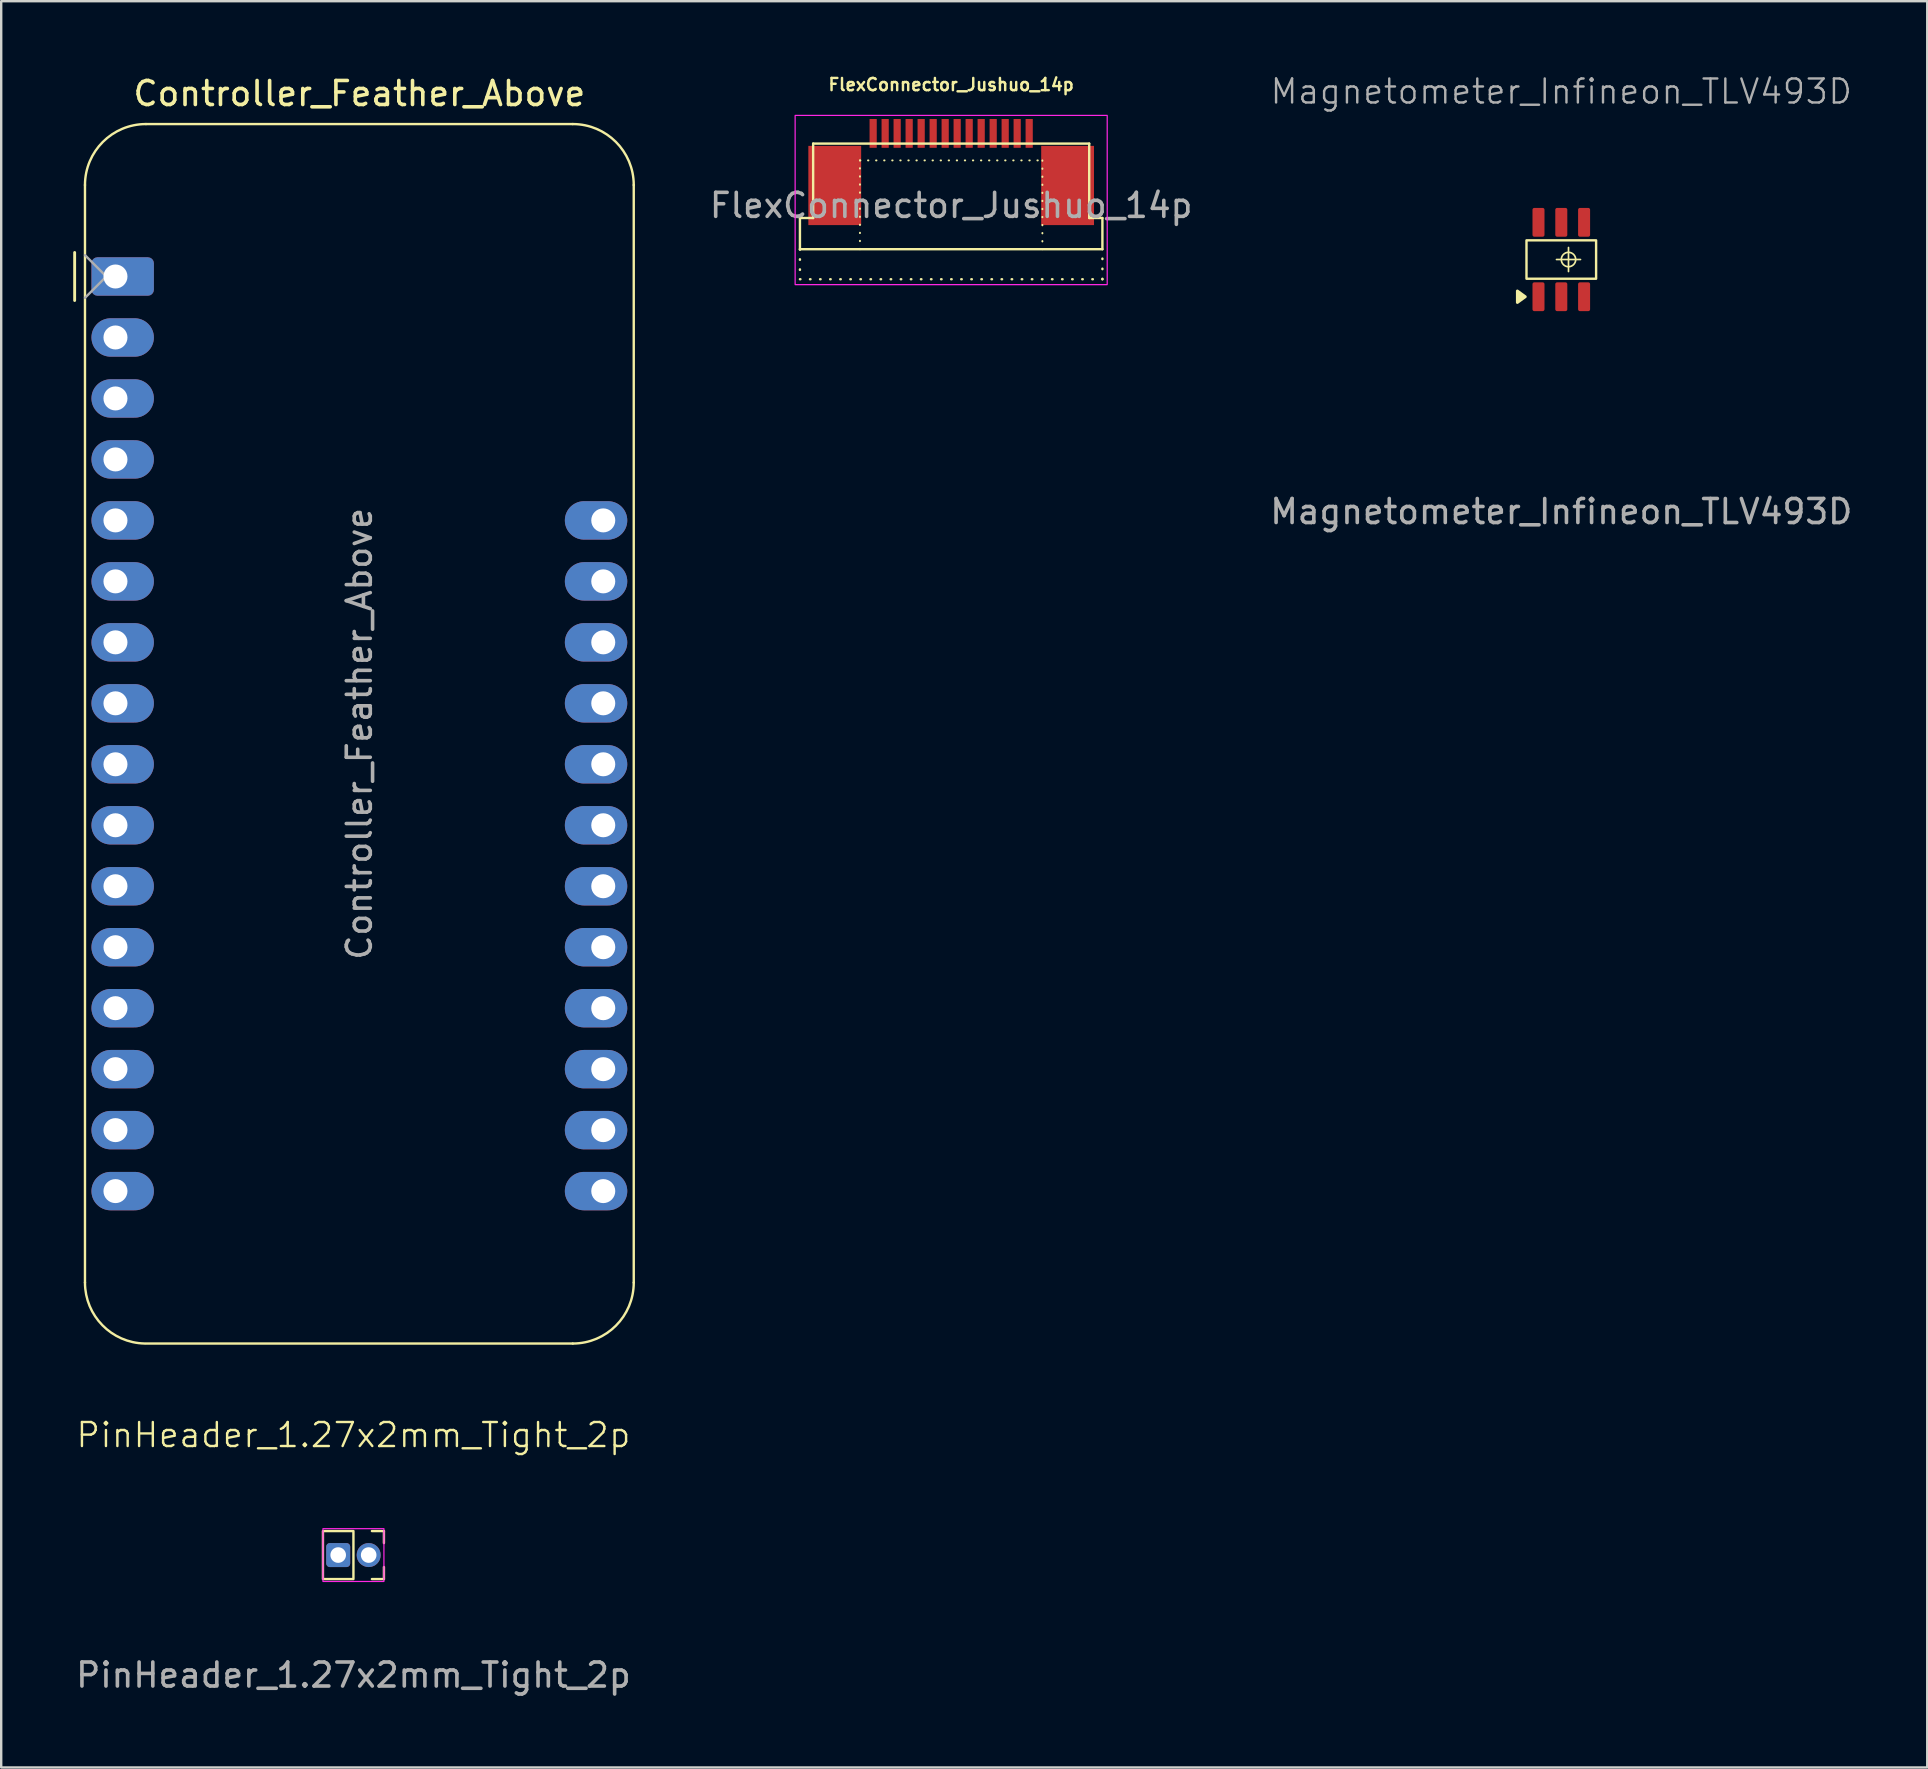
<source format=kicad_pcb>
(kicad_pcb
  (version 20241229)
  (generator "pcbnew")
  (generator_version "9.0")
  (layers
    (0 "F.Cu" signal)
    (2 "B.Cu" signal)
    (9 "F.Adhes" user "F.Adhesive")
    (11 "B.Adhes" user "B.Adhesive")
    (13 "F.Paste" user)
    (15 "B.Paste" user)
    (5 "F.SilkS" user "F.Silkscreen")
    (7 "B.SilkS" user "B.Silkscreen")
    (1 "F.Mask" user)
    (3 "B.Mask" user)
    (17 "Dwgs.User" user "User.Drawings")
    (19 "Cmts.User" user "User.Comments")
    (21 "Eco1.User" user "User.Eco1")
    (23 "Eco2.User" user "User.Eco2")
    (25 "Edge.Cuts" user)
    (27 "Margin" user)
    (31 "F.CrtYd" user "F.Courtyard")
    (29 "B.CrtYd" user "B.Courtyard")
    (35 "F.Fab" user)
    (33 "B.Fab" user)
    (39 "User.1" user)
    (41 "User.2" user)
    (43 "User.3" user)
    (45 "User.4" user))
  (footprint "PinHeader_1.27x2mm_Tight_2p"
    (layer "F.Cu")
    (at 11.673 61.729)
    (property "Reference" "PinHeader_1.27x2mm_Tight_2p" (at 0 -5 0) (unlocked yes) (layer "F.SilkS") (effects (font (size 1 1) (thickness 0.1))))
    (attr smd)
    (fp_line (start 0.77 -1) (end 1.27 -1) (stroke (width 0.1) (type solid)) (layer "F.SilkS"))
    (fp_line (start 0.77 1) (end 1.27 1) (stroke (width 0.1) (type solid)) (layer "F.SilkS"))
    (fp_line (start 1.27 -1) (end 1.27 -0.5) (stroke (width 0.1) (type solid)) (layer "F.SilkS"))
    (fp_line (start 1.27 1) (end 1.27 0.5) (stroke (width 0.1) (type default)) (layer "F.SilkS"))
    (fp_rect (start -1.27 -1) (end 0 1) (stroke (width 0.1) (type solid)) (fill no) (layer "F.SilkS"))
    (fp_rect (start -1.27 -1.1) (end 1.27 1.1) (stroke (width 0.05) (type solid)) (fill no) (layer "F.CrtYd"))
    (fp_text user "${REFERENCE}" (at 0 5 0) (unlocked yes) (layer "F.Fab") (effects (font (size 1 1) (thickness 0.15))))
    (pad "1" thru_hole roundrect (at -0.635 0) (size 1 1) (drill 0.65) (layers "*.Cu" "*.Mask") (roundrect_rratio 0.15))
    (pad "2" thru_hole circle (at 0.635 0) (size 1 1) (drill 0.65) (layers "*.Cu" "*.Mask")))
  (footprint "Magnetometer_Infineon_TLV493D"
    (layer "F.Cu")
    (at 61.989 7.761)
    (property "Reference" "Magnetometer_Infineon_TLV493D" (at 0 -7 0) (unlocked yes) (layer "F.Fab") (effects (font (size 1 1) (thickness 0.1))))
    (attr smd)
    (fp_line (start -0.2 0) (end 0.8 0) (stroke (width 0.07) (type solid)) (layer "F.SilkS"))
    (fp_line (start 0.3 -0.5) (end 0.3 0.5) (stroke (width 0.07) (type solid)) (layer "F.SilkS"))
    (fp_rect (start -1.45 -0.8) (end 1.45 0.8) (stroke (width 0.1) (type solid)) (fill no) (layer "F.SilkS"))
    (fp_circle (center 0.3 0) (end 0.6 0) (stroke (width 0.07) (type solid)) (fill no) (layer "F.SilkS"))
    (fp_poly (pts (xy -1.5 1.55) (xy -1.83 1.79) (xy -1.83 1.31)) (stroke (width 0.12) (type solid)) (fill yes) (layer "F.SilkS"))
    (fp_text user "${REFERENCE}" (at 0 10.5 0) (unlocked yes) (layer "F.Fab") (effects (font (size 1 1) (thickness 0.15))))
    (pad "1" smd roundrect (at -0.95 1.55) (size 0.5 1.2) (layers "F.Cu" "F.Mask" "F.Paste") (roundrect_rratio 0.15))
    (pad "2" smd roundrect (at 0 1.55) (size 0.5 1.2) (layers "F.Cu" "F.Mask" "F.Paste") (roundrect_rratio 0.15))
    (pad "3" smd roundrect (at 0.95 1.55) (size 0.5 1.2) (layers "F.Cu" "F.Mask" "F.Paste") (roundrect_rratio 0.15))
    (pad "4" smd roundrect (at 0.95 -1.55 180) (size 0.5 1.2) (layers "F.Cu" "F.Mask" "F.Paste") (roundrect_rratio 0.15))
    (pad "5" smd roundrect (at 0 -1.55 180) (size 0.5 1.2) (layers "F.Cu" "F.Mask" "F.Paste") (roundrect_rratio 0.15))
    (pad "6" smd roundrect (at -0.95 -1.55 180) (size 0.5 1.2) (layers "F.Cu" "F.Mask" "F.Paste") (roundrect_rratio 0.15)))
  (footprint "Controller_Feather_Above"
    (layer "F.Cu")
    (at 1.76 8.468)
    (property "Reference" "Controller_Feather_Above" (at 10.16 -7.62 0) (layer "F.SilkS") (effects (font (size 1 1) (thickness 0.15))))
    (attr through_hole)
    (fp_line (start -1.7 1) (end -1.7 -1) (stroke (width 0.12) (type solid)) (layer "F.SilkS"))
    (fp_line (start -1.27 -3.81) (end -1.27 41.91) (stroke (width 0.1) (type solid)) (layer "F.SilkS"))
    (fp_line (start 1.27 44.45) (end 19.05 44.45) (stroke (width 0.1) (type solid)) (layer "F.SilkS"))
    (fp_line (start 19.05 -6.35) (end 1.27 -6.35) (stroke (width 0.1) (type solid)) (layer "F.SilkS"))
    (fp_line (start 21.59 41.91) (end 21.59 -3.81) (stroke (width 0.1) (type solid)) (layer "F.SilkS"))
    (fp_arc (start -1.27 -3.81) (mid -0.526051 -5.606051) (end 1.27 -6.35) (stroke (width 0.1) (type solid)) (layer "F.SilkS"))
    (fp_arc (start 1.221238 44.449532) (mid -0.543209 43.688728) (end -1.27 41.91) (stroke (width 0.1) (type solid)) (layer "F.SilkS"))
    (fp_arc (start 19.05 -6.35) (mid 20.846051 -5.606051) (end 21.59 -3.81) (stroke (width 0.1) (type solid)) (layer "F.SilkS"))
    (fp_arc (start 21.59 41.91) (mid 20.846051 43.706051) (end 19.05 44.45) (stroke (width 0.1) (type solid)) (layer "F.SilkS"))
    (fp_line (start -1.27 -0.889) (end -0.381 0) (stroke (width 0.1) (type solid)) (layer "F.Fab"))
    (fp_line (start -0.381 0) (end -1.27 0.889) (stroke (width 0.1) (type solid)) (layer "F.Fab"))
    (fp_text user "${REFERENCE}" (at 10.16 19.05 270) (layer "F.Fab") (effects (font (size 1 1) (thickness 0.15))))
    (pad "1" thru_hole roundrect (at 0 0) (size 2.6 1.6) (drill 1 (offset 0.3 0)) (layers "*.Cu" "*.Mask") (roundrect_rratio 0.156))
    (pad "2" thru_hole oval (at 0 2.54) (size 2.6 1.6) (drill 1 (offset 0.3 0)) (layers "*.Cu" "*.Mask"))
    (pad "3" thru_hole oval (at 0 5.08) (size 2.6 1.6) (drill 1 (offset 0.3 0)) (layers "*.Cu" "*.Mask"))
    (pad "4" thru_hole oval (at 0 7.62) (size 2.6 1.6) (drill 1 (offset 0.3 0)) (layers "*.Cu" "*.Mask"))
    (pad "5" thru_hole oval (at 0 10.16) (size 2.6 1.6) (drill 1 (offset 0.3 0)) (layers "*.Cu" "*.Mask"))
    (pad "6" thru_hole oval (at 0 12.7) (size 2.6 1.6) (drill 1 (offset 0.3 0)) (layers "*.Cu" "*.Mask"))
    (pad "7" thru_hole oval (at 0 15.24) (size 2.6 1.6) (drill 1 (offset 0.3 0)) (layers "*.Cu" "*.Mask"))
    (pad "8" thru_hole oval (at 0 17.78) (size 2.6 1.6) (drill 1 (offset 0.3 0)) (layers "*.Cu" "*.Mask"))
    (pad "9" thru_hole oval (at 0 20.32) (size 2.6 1.6) (drill 1 (offset 0.3 0)) (layers "*.Cu" "*.Mask"))
    (pad "10" thru_hole oval (at 0 22.86) (size 2.6 1.6) (drill 1 (offset 0.3 0)) (layers "*.Cu" "*.Mask"))
    (pad "11" thru_hole oval (at 0 25.4) (size 2.6 1.6) (drill 1 (offset 0.3 0)) (layers "*.Cu" "*.Mask"))
    (pad "12" thru_hole oval (at 0 27.94) (size 2.6 1.6) (drill 1 (offset 0.3 0)) (layers "*.Cu" "*.Mask"))
    (pad "13" thru_hole oval (at 0 30.48) (size 2.6 1.6) (drill 1 (offset 0.3 0)) (layers "*.Cu" "*.Mask"))
    (pad "14" thru_hole oval (at 0 33.02) (size 2.6 1.6) (drill 1 (offset 0.3 0)) (layers "*.Cu" "*.Mask"))
    (pad "15" thru_hole oval (at 0 35.56) (size 2.6 1.6) (drill 1 (offset 0.3 0)) (layers "*.Cu" "*.Mask"))
    (pad "16" thru_hole oval (at 0 38.1) (size 2.6 1.6) (drill 1 (offset 0.3 0)) (layers "*.Cu" "*.Mask"))
    (pad "17" thru_hole oval (at 20.32 38.1 180) (size 2.6 1.6) (drill 1 (offset 0.3 0)) (layers "*.Cu" "*.Mask"))
    (pad "18" thru_hole oval (at 20.32 35.56 180) (size 2.6 1.6) (drill 1 (offset 0.3 0)) (layers "*.Cu" "*.Mask"))
    (pad "19" thru_hole oval (at 20.32 33.02 180) (size 2.6 1.6) (drill 1 (offset 0.3 0)) (layers "*.Cu" "*.Mask"))
    (pad "20" thru_hole oval (at 20.32 30.48 180) (size 2.6 1.6) (drill 1 (offset 0.3 0)) (layers "*.Cu" "*.Mask"))
    (pad "21" thru_hole oval (at 20.32 27.94 180) (size 2.6 1.6) (drill 1 (offset 0.3 0)) (layers "*.Cu" "*.Mask"))
    (pad "22" thru_hole oval (at 20.32 25.4 180) (size 2.6 1.6) (drill 1 (offset 0.3 0)) (layers "*.Cu" "*.Mask"))
    (pad "23" thru_hole oval (at 20.32 22.86 180) (size 2.6 1.6) (drill 1 (offset 0.3 0)) (layers "*.Cu" "*.Mask"))
    (pad "24" thru_hole oval (at 20.32 20.32 180) (size 2.6 1.6) (drill 1 (offset 0.3 0)) (layers "*.Cu" "*.Mask"))
    (pad "25" thru_hole oval (at 20.32 17.78 180) (size 2.6 1.6) (drill 1 (offset 0.3 0)) (layers "*.Cu" "*.Mask"))
    (pad "26" thru_hole oval (at 20.32 15.24 180) (size 2.6 1.6) (drill 1 (offset 0.3 0)) (layers "*.Cu" "*.Mask"))
    (pad "27" thru_hole oval (at 20.32 12.7 180) (size 2.6 1.6) (drill 1 (offset 0.3 0)) (layers "*.Cu" "*.Mask"))
    (pad "28" thru_hole oval (at 20.32 10.16 180) (size 2.6 1.6) (drill 1 (offset 0.3 0)) (layers "*.Cu" "*.Mask")))
  (footprint "FlexConnector_Jushuo_14p"
    (layer "F.Cu")
    (at 36.573 2.507)
    (property "Reference" "FlexConnector_Jushuo_14p" (at 0 -2.032 0) (unlocked yes) (layer "F.SilkS") (effects (font (size 0.508 0.508) (thickness 0.102) (bold yes))))
    (attr smd)
    (fp_line (start -6.3 4.825) (end -6.3 3.525) (stroke (width 0.1) (type default)) (layer "F.SilkS"))
    (fp_line (start -6.3 4.825) (end -6.3 6.075) (stroke (width 0.1) (type dot)) (layer "F.SilkS"))
    (fp_line (start -6.3 4.825) (end 6.3 4.825) (stroke (width 0.1) (type default)) (layer "F.SilkS"))
    (fp_line (start -6.3 6.075) (end 6.3 6.075) (stroke (width 0.1) (type dot)) (layer "F.SilkS"))
    (fp_line (start -5.75 0.425) (end -5.75 3.525) (stroke (width 0.1) (type default)) (layer "F.SilkS"))
    (fp_line (start -5.75 0.425) (end 5.75 0.425) (stroke (width 0.1) (type default)) (layer "F.SilkS"))
    (fp_line (start -5.75 3.525) (end -6.3 3.525) (stroke (width 0.1) (type default)) (layer "F.SilkS"))
    (fp_line (start -3.8 1.125) (end 3.8 1.125) (stroke (width 0.08) (type dot)) (layer "F.SilkS"))
    (fp_line (start -3.8 4.825) (end -3.8 1.125) (stroke (width 0.08) (type dot)) (layer "F.SilkS"))
    (fp_line (start 3.8 1.125) (end 3.8 4.825) (stroke (width 0.08) (type dot)) (layer "F.SilkS"))
    (fp_line (start 5.75 0.425) (end 5.75 3.525) (stroke (width 0.1) (type default)) (layer "F.SilkS"))
    (fp_line (start 6.3 3.525) (end 5.75 3.525) (stroke (width 0.1) (type default)) (layer "F.SilkS"))
    (fp_line (start 6.3 4.825) (end 6.3 3.525) (stroke (width 0.1) (type default)) (layer "F.SilkS"))
    (fp_line (start 6.3 6.075) (end 6.3 4.825) (stroke (width 0.1) (type dot)) (layer "F.SilkS"))
    (fp_rect (start -6.5 -0.75) (end 6.5 6.3) (stroke (width 0.05) (type default)) (fill no) (layer "F.CrtYd"))
    (fp_text user "${REFERENCE}" (at 0 3 0) (unlocked yes) (layer "F.Fab") (effects (font (size 1 1) (thickness 0.15))))
    (pad "1" smd rect (at -3.25 0) (size 0.3 1.2) (layers "F.Cu" "F.Mask" "F.Paste"))
    (pad "2" smd rect (at -2.75 0) (size 0.3 1.2) (layers "F.Cu" "F.Mask" "F.Paste"))
    (pad "3" smd rect (at -2.25 0) (size 0.3 1.2) (layers "F.Cu" "F.Mask" "F.Paste"))
    (pad "4" smd rect (at -1.75 0) (size 0.3 1.2) (layers "F.Cu" "F.Mask" "F.Paste"))
    (pad "5" smd rect (at -1.25 0) (size 0.3 1.2) (layers "F.Cu" "F.Mask" "F.Paste"))
    (pad "6" smd rect (at -0.75 0) (size 0.3 1.2) (layers "F.Cu" "F.Mask" "F.Paste"))
    (pad "7" smd rect (at -0.25 0) (size 0.3 1.2) (layers "F.Cu" "F.Mask" "F.Paste"))
    (pad "8" smd rect (at 0.25 0) (size 0.3 1.2) (layers "F.Cu" "F.Mask" "F.Paste"))
    (pad "9" smd rect (at 0.75 0) (size 0.3 1.2) (layers "F.Cu" "F.Mask" "F.Paste"))
    (pad "10" smd rect (at 1.25 0) (size 0.3 1.2) (layers "F.Cu" "F.Mask" "F.Paste"))
    (pad "11" smd rect (at 1.75 0) (size 0.3 1.2) (layers "F.Cu" "F.Mask" "F.Paste"))
    (pad "12" smd rect (at 2.25 0) (size 0.3 1.2) (layers "F.Cu" "F.Mask" "F.Paste"))
    (pad "13" smd rect (at 2.75 0) (size 0.3 1.2) (layers "F.Cu" "F.Mask" "F.Paste"))
    (pad "14" smd rect (at 3.25 0) (size 0.3 1.2) (layers "F.Cu" "F.Mask" "F.Paste"))
    (pad "MP" smd rect (at -4.85 2.17) (size 2.2 3.3) (layers "F.Cu" "F.Mask" "F.Paste"))
    (pad "MP" smd rect (at 4.85 2.17) (size 2.2 3.3) (layers "F.Cu" "F.Mask" "F.Paste")))
  (gr_rect
    (start -3 -3)
    (end 77.233 70.577)
    (stroke (width 0.1) (type default))
    (fill no)
    (layer "Edge.Cuts")))
</source>
